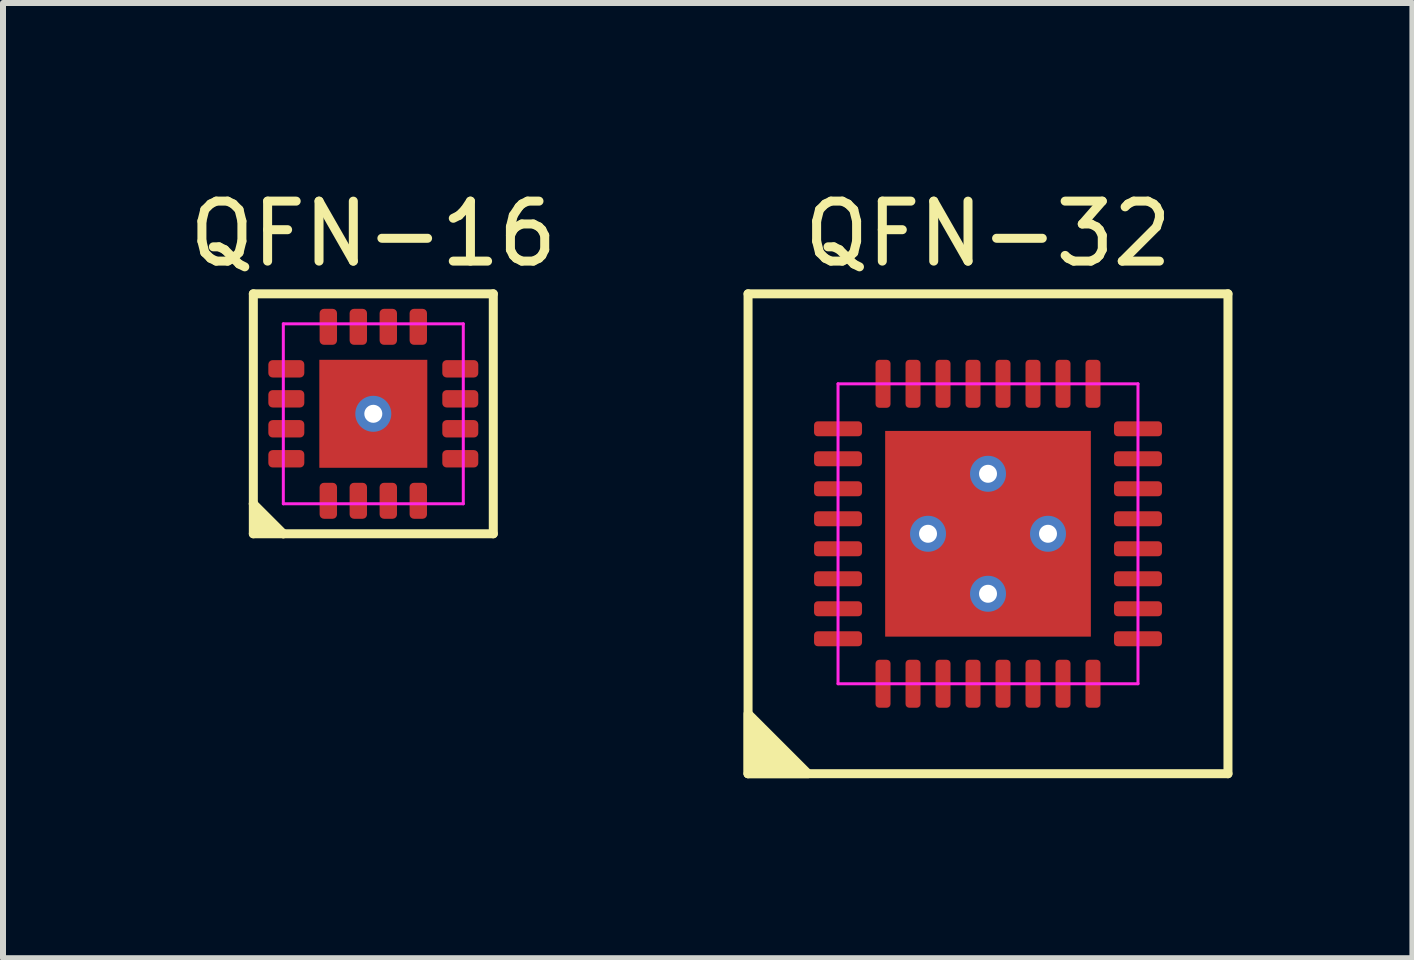
<source format=kicad_pcb>
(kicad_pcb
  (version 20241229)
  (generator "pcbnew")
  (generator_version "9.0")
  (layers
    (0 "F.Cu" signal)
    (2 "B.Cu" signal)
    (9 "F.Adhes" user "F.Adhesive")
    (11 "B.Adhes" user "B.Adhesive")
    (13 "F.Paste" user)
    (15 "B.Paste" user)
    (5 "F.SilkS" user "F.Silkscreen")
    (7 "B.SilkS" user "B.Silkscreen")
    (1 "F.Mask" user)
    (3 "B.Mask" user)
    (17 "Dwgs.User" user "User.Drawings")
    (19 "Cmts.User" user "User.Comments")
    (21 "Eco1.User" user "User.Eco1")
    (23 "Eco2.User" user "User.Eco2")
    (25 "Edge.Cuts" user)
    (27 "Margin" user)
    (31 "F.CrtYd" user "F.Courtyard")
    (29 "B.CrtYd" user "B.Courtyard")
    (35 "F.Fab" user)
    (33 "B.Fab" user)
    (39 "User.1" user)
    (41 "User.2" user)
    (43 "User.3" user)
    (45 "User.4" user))
  (footprint "QFN-32"
    (layer "F.Cu")
    (at 13.42 5.848)
    (property "Reference" "QFN-32" (at 0 -5 0) (layer "F.SilkS") (effects (font (size 1 1) (thickness 0.15))))
    (fp_line (start -4 -4) (end 4 -4) (stroke (width 0.15) (type default)) (layer "F.SilkS"))
    (fp_line (start -4 4) (end -4 -4) (stroke (width 0.15) (type default)) (layer "F.SilkS"))
    (fp_line (start 4 -4) (end 4 4) (stroke (width 0.15) (type default)) (layer "F.SilkS"))
    (fp_line (start 4 4) (end -4 4) (stroke (width 0.15) (type default)) (layer "F.SilkS"))
    (fp_poly (pts (xy -4 4) (xy -3 4) (xy -4 3)) (stroke (width 0.15) (type default)) (fill yes) (layer "F.SilkS"))
    (fp_circle (center -1.016 -1.016) (end -1.397 -1.016) (stroke (width 0.1) (type solid)) (fill no) (layer "F.Paste"))
    (fp_circle (center -1.016 1.016) (end -1.397 1.016) (stroke (width 0.1) (type solid)) (fill no) (layer "F.Paste"))
    (fp_circle (center 0 0) (end -0.381 0) (stroke (width 0.1) (type solid)) (fill no) (layer "F.Paste"))
    (fp_circle (center 1.016 -1.016) (end 0.635 -1.016) (stroke (width 0.1) (type solid)) (fill no) (layer "F.Paste"))
    (fp_circle (center 1.016 1.016) (end 0.635 1.016) (stroke (width 0.1) (type solid)) (fill no) (layer "F.Paste"))
    (fp_poly (pts (xy -0.635 -1.016) (xy -0.635 -0.94) (xy -0.693 -0.8) (xy -0.8 -0.693) (xy -0.94 -0.635) (xy -1.016 -0.635) (xy -1.092 -0.635) (xy -1.232 -0.693) (xy -1.339 -0.8) (xy -1.397 -0.94) (xy -1.397 -1.016) (xy -1.397 -1.092) (xy -1.339 -1.232) (xy -1.232 -1.339) (xy -1.092 -1.397) (xy -1.016 -1.397) (xy -0.94 -1.397) (xy -0.8 -1.339) (xy -0.693 -1.232) (xy -0.635 -1.092)) (stroke (width 0) (type default)) (fill yes) (layer "F.Paste"))
    (fp_poly (pts (xy -0.635 1.016) (xy -0.635 1.092) (xy -0.693 1.232) (xy -0.8 1.339) (xy -0.94 1.397) (xy -1.016 1.397) (xy -1.092 1.397) (xy -1.232 1.339) (xy -1.339 1.232) (xy -1.397 1.092) (xy -1.397 1.016) (xy -1.397 0.94) (xy -1.339 0.8) (xy -1.232 0.693) (xy -1.092 0.635) (xy -1.016 0.635) (xy -0.94 0.635) (xy -0.8 0.693) (xy -0.693 0.8) (xy -0.635 0.94)) (stroke (width 0) (type default)) (fill yes) (layer "F.Paste"))
    (fp_poly (pts (xy 0.381 0) (xy 0.381 0.076) (xy 0.323 0.216) (xy 0.216 0.323) (xy 0.076 0.381) (xy 0 0.381) (xy -0.076 0.381) (xy -0.216 0.323) (xy -0.323 0.216) (xy -0.381 0.076) (xy -0.381 0) (xy -0.381 -0.076) (xy -0.323 -0.216) (xy -0.216 -0.323) (xy -0.076 -0.381) (xy 0 -0.381) (xy 0.076 -0.381) (xy 0.216 -0.323) (xy 0.323 -0.216) (xy 0.381 -0.076)) (stroke (width 0) (type default)) (fill yes) (layer "F.Paste"))
    (fp_poly (pts (xy 1.016 -0.635) (xy 1.092 -0.635) (xy 1.232 -0.693) (xy 1.339 -0.8) (xy 1.397 -0.94) (xy 1.397 -1.016) (xy 1.397 -1.092) (xy 1.339 -1.232) (xy 1.232 -1.339) (xy 1.092 -1.397) (xy 1.016 -1.397) (xy 0.94 -1.397) (xy 0.8 -1.339) (xy 0.693 -1.232) (xy 0.635 -1.092) (xy 0.635 -1.016) (xy 0.635 -0.94) (xy 0.693 -0.8) (xy 0.8 -0.693) (xy 0.94 -0.635)) (stroke (width 0) (type default)) (fill yes) (layer "F.Paste"))
    (fp_poly (pts (xy 1.397 1.016) (xy 1.397 1.092) (xy 1.339 1.232) (xy 1.232 1.339) (xy 1.092 1.397) (xy 1.016 1.397) (xy 0.94 1.397) (xy 0.8 1.339) (xy 0.693 1.232) (xy 0.635 1.092) (xy 0.635 1.016) (xy 0.635 0.94) (xy 0.693 0.8) (xy 0.8 0.693) (xy 0.94 0.635) (xy 1.016 0.635) (xy 1.092 0.635) (xy 1.232 0.693) (xy 1.339 0.8) (xy 1.397 0.94)) (stroke (width 0) (type default)) (fill yes) (layer "F.Paste"))
    (fp_circle (center -1.016 -1.016) (end -1.397 -1.016) (stroke (width 0.1) (type solid)) (fill no) (layer "B.Paste"))
    (fp_circle (center -1.016 1.016) (end -1.397 1.016) (stroke (width 0.1) (type solid)) (fill no) (layer "B.Paste"))
    (fp_circle (center 0 0) (end -0.381 0) (stroke (width 0.1) (type solid)) (fill no) (layer "B.Paste"))
    (fp_circle (center 1.016 -1.016) (end 0.635 -1.016) (stroke (width 0.1) (type solid)) (fill no) (layer "B.Paste"))
    (fp_circle (center 1.016 1.016) (end 0.635 1.016) (stroke (width 0.1) (type solid)) (fill no) (layer "B.Paste"))
    (fp_line (start -2.5 2.5) (end -2.5 -2.5) (stroke (width 0.05) (type solid)) (layer "F.CrtYd"))
    (fp_line (start 2.5 -2.5) (end -2.5 -2.5) (stroke (width 0.05) (type solid)) (layer "F.CrtYd"))
    (fp_line (start 2.5 2.5) (end -2.5 2.5) (stroke (width 0.05) (type solid)) (layer "F.CrtYd"))
    (fp_line (start 2.5 2.5) (end 2.5 -2.5) (stroke (width 0.05) (type solid)) (layer "F.CrtYd"))
    (pad "1" smd roundrect (at -1.75 2.5 90) (size 0.8 0.25) (layers "F.Cu" "F.Mask" "F.Paste") (roundrect_rratio 0.25))
    (pad "2" smd roundrect (at -1.25 2.5 90) (size 0.8 0.25) (layers "F.Cu" "F.Mask" "F.Paste") (roundrect_rratio 0.25))
    (pad "3" smd roundrect (at -0.75 2.5 90) (size 0.8 0.25) (layers "F.Cu" "F.Mask" "F.Paste") (roundrect_rratio 0.25))
    (pad "4" smd roundrect (at -0.25 2.5 90) (size 0.8 0.25) (layers "F.Cu" "F.Mask" "F.Paste") (roundrect_rratio 0.25))
    (pad "5" smd roundrect (at 0.25 2.5 90) (size 0.8 0.25) (layers "F.Cu" "F.Mask" "F.Paste") (roundrect_rratio 0.25))
    (pad "6" smd roundrect (at 0.75 2.5 90) (size 0.8 0.25) (layers "F.Cu" "F.Mask" "F.Paste") (roundrect_rratio 0.25))
    (pad "7" smd roundrect (at 1.25 2.5 90) (size 0.8 0.25) (layers "F.Cu" "F.Mask" "F.Paste") (roundrect_rratio 0.25))
    (pad "8" smd roundrect (at 1.75 2.5 90) (size 0.8 0.25) (layers "F.Cu" "F.Mask" "F.Paste") (roundrect_rratio 0.25))
    (pad "9" smd roundrect (at 2.5 1.75 180) (size 0.8 0.25) (layers "F.Cu" "F.Mask" "F.Paste") (roundrect_rratio 0.25))
    (pad "10" smd roundrect (at 2.5 1.25 180) (size 0.8 0.25) (layers "F.Cu" "F.Mask" "F.Paste") (roundrect_rratio 0.25))
    (pad "11" smd roundrect (at 2.5 0.75 180) (size 0.8 0.25) (layers "F.Cu" "F.Mask" "F.Paste") (roundrect_rratio 0.25))
    (pad "12" smd roundrect (at 2.5 0.25 180) (size 0.8 0.25) (layers "F.Cu" "F.Mask" "F.Paste") (roundrect_rratio 0.25))
    (pad "13" smd roundrect (at 2.5 -0.25 180) (size 0.8 0.25) (layers "F.Cu" "F.Mask" "F.Paste") (roundrect_rratio 0.25))
    (pad "14" smd roundrect (at 2.5 -0.75 180) (size 0.8 0.25) (layers "F.Cu" "F.Mask" "F.Paste") (roundrect_rratio 0.25))
    (pad "15" smd roundrect (at 2.5 -1.25 180) (size 0.8 0.25) (layers "F.Cu" "F.Mask" "F.Paste") (roundrect_rratio 0.25))
    (pad "16" smd roundrect (at 2.5 -1.75 180) (size 0.8 0.25) (layers "F.Cu" "F.Mask" "F.Paste") (roundrect_rratio 0.25))
    (pad "17" smd roundrect (at 1.75 -2.5 270) (size 0.8 0.25) (layers "F.Cu" "F.Mask" "F.Paste") (roundrect_rratio 0.25))
    (pad "18" smd roundrect (at 1.25 -2.5 270) (size 0.8 0.25) (layers "F.Cu" "F.Mask" "F.Paste") (roundrect_rratio 0.25))
    (pad "19" smd roundrect (at 0.75 -2.5 270) (size 0.8 0.25) (layers "F.Cu" "F.Mask" "F.Paste") (roundrect_rratio 0.25))
    (pad "20" smd roundrect (at 0.25 -2.5 270) (size 0.8 0.25) (layers "F.Cu" "F.Mask" "F.Paste") (roundrect_rratio 0.25))
    (pad "21" smd roundrect (at -0.25 -2.5 270) (size 0.8 0.25) (layers "F.Cu" "F.Mask" "F.Paste") (roundrect_rratio 0.25))
    (pad "22" smd roundrect (at -0.75 -2.5 270) (size 0.8 0.25) (layers "F.Cu" "F.Mask" "F.Paste") (roundrect_rratio 0.25))
    (pad "23" smd roundrect (at -1.25 -2.5 270) (size 0.8 0.25) (layers "F.Cu" "F.Mask" "F.Paste") (roundrect_rratio 0.25))
    (pad "24" smd roundrect (at -1.75 -2.5 270) (size 0.8 0.25) (layers "F.Cu" "F.Mask" "F.Paste") (roundrect_rratio 0.25))
    (pad "25" smd roundrect (at -2.5 -1.75) (size 0.8 0.25) (layers "F.Cu" "F.Mask" "F.Paste") (roundrect_rratio 0.25))
    (pad "26" smd roundrect (at -2.5 -1.25) (size 0.8 0.25) (layers "F.Cu" "F.Mask" "F.Paste") (roundrect_rratio 0.25))
    (pad "27" smd roundrect (at -2.5 -0.75) (size 0.8 0.25) (layers "F.Cu" "F.Mask" "F.Paste") (roundrect_rratio 0.25))
    (pad "28" smd roundrect (at -2.5 -0.25) (size 0.8 0.25) (layers "F.Cu" "F.Mask" "F.Paste") (roundrect_rratio 0.25))
    (pad "29" smd roundrect (at -2.5 0.25) (size 0.8 0.25) (layers "F.Cu" "F.Mask" "F.Paste") (roundrect_rratio 0.25))
    (pad "30" smd roundrect (at -2.5 0.75) (size 0.8 0.25) (layers "F.Cu" "F.Mask" "F.Paste") (roundrect_rratio 0.25))
    (pad "31" smd roundrect (at -2.5 1.25) (size 0.8 0.25) (layers "F.Cu" "F.Mask" "F.Paste") (roundrect_rratio 0.25))
    (pad "32" smd roundrect (at -2.5 1.75) (size 0.8 0.25) (layers "F.Cu" "F.Mask" "F.Paste") (roundrect_rratio 0.25))
    (pad "33" thru_hole circle (at -1 0 90) (size 0.6 0.6) (drill 0.3) (layers "*.Cu" "*.Mask"))
    (pad "33" thru_hole circle (at 0 -1 90) (size 0.6 0.6) (drill 0.3) (layers "*.Cu" "*.Mask"))
    (pad "33" smd rect (at 0 0 90) (size 3.429 3.429) (layers "F.Cu" "F.Mask" "F.Paste"))
    (pad "33" thru_hole circle (at 0 1 90) (size 0.6 0.6) (drill 0.3) (layers "*.Cu" "*.Mask"))
    (pad "33" thru_hole circle (at 1 0 90) (size 0.6 0.6) (drill 0.3) (layers "*.Cu" "*.Mask")))
  (footprint "QFN-16"
    (layer "F.Cu")
    (at 3.173 3.848)
    (property "Reference" "QFN-16" (at 0 -3 0) (layer "F.SilkS") (effects (font (size 1 1) (thickness 0.15))))
    (fp_line (start -2 1.5) (end -2 -2) (stroke (width 0.15) (type solid)) (layer "F.SilkS"))
    (fp_line (start -2 2) (end -2 1.5) (stroke (width 0.15) (type solid)) (layer "F.SilkS"))
    (fp_line (start -1.5 2) (end -2 1.5) (stroke (width 0.15) (type solid)) (layer "F.SilkS"))
    (fp_line (start -1.5 2) (end -2 2) (stroke (width 0.15) (type solid)) (layer "F.SilkS"))
    (fp_line (start 2 -2) (end -2 -2) (stroke (width 0.15) (type solid)) (layer "F.SilkS"))
    (fp_line (start 2 2) (end -1.5 2) (stroke (width 0.15) (type solid)) (layer "F.SilkS"))
    (fp_line (start 2 2) (end 2 -2) (stroke (width 0.15) (type solid)) (layer "F.SilkS"))
    (fp_poly (pts (xy -2 2) (xy -1.5 2) (xy -2 1.5)) (stroke (width 0) (type default)) (fill yes) (layer "F.SilkS"))
    (fp_poly (pts (xy -0.3 0) (xy -0.3 0.06) (xy -0.346 0.17) (xy -0.43 0.254) (xy -0.54 0.3) (xy -0.6 0.3) (xy -0.66 0.3) (xy -0.77 0.254) (xy -0.854 0.17) (xy -0.9 0.06) (xy -0.9 0) (xy -0.9 -0.06) (xy -0.854 -0.17) (xy -0.77 -0.254) (xy -0.66 -0.3) (xy -0.6 -0.3) (xy -0.54 -0.3) (xy -0.43 -0.254) (xy -0.346 -0.17) (xy -0.3 -0.06)) (stroke (width 0) (type default)) (fill yes) (layer "F.Paste"))
    (fp_poly (pts (xy 0 -0.3) (xy -0.06 -0.3) (xy -0.17 -0.346) (xy -0.254 -0.43) (xy -0.3 -0.54) (xy -0.3 -0.6) (xy -0.3 -0.66) (xy -0.254 -0.77) (xy -0.17 -0.854) (xy -0.06 -0.9) (xy 0 -0.9) (xy 0.06 -0.9) (xy 0.17 -0.854) (xy 0.254 -0.77) (xy 0.3 -0.66) (xy 0.3 -0.6) (xy 0.3 -0.54) (xy 0.254 -0.43) (xy 0.17 -0.346) (xy 0.06 -0.3)) (stroke (width 0) (type default)) (fill yes) (layer "F.Paste"))
    (fp_poly (pts (xy 0 0.3) (xy 0.06 0.3) (xy 0.17 0.346) (xy 0.254 0.43) (xy 0.3 0.54) (xy 0.3 0.6) (xy 0.3 0.66) (xy 0.254 0.77) (xy 0.17 0.854) (xy 0.06 0.9) (xy 0 0.9) (xy -0.06 0.9) (xy -0.17 0.854) (xy -0.254 0.77) (xy -0.3 0.66) (xy -0.3 0.6) (xy -0.3 0.54) (xy -0.254 0.43) (xy -0.17 0.346) (xy -0.06 0.3)) (stroke (width 0) (type default)) (fill yes) (layer "F.Paste"))
    (fp_poly (pts (xy 0.3 0) (xy 0.3 -0.06) (xy 0.346 -0.17) (xy 0.43 -0.254) (xy 0.54 -0.3) (xy 0.6 -0.3) (xy 0.66 -0.3) (xy 0.77 -0.254) (xy 0.854 -0.17) (xy 0.9 -0.06) (xy 0.9 0) (xy 0.9 0.06) (xy 0.854 0.17) (xy 0.77 0.254) (xy 0.66 0.3) (xy 0.6 0.3) (xy 0.54 0.3) (xy 0.43 0.254) (xy 0.346 0.17) (xy 0.3 0.06)) (stroke (width 0) (type default)) (fill yes) (layer "F.Paste"))
    (fp_line (start -1.5 1.5) (end -1.5 -1.5) (stroke (width 0.05) (type solid)) (layer "F.CrtYd"))
    (fp_line (start 1.5 -1.5) (end -1.5 -1.5) (stroke (width 0.05) (type solid)) (layer "F.CrtYd"))
    (fp_line (start 1.5 1.5) (end -1.5 1.5) (stroke (width 0.05) (type solid)) (layer "F.CrtYd"))
    (fp_line (start 1.5 1.5) (end 1.5 -1.5) (stroke (width 0.05) (type solid)) (layer "F.CrtYd"))
    (fp_circle (center -1 1) (end -1.15 1) (stroke (width 0.01) (type solid)) (fill no) (layer "User.3"))
    (pad "1" smd roundrect (at -0.75 1.45 90) (size 0.6 0.29) (layers "F.Cu" "F.Mask" "F.Paste") (roundrect_rratio 0.25))
    (pad "2" smd roundrect (at -0.25 1.45 90) (size 0.6 0.29) (layers "F.Cu" "F.Mask" "F.Paste") (roundrect_rratio 0.25))
    (pad "3" smd roundrect (at 0.25 1.45 90) (size 0.6 0.29) (layers "F.Cu" "F.Mask" "F.Paste") (roundrect_rratio 0.25))
    (pad "4" smd roundrect (at 0.75 1.45 90) (size 0.6 0.29) (layers "F.Cu" "F.Mask" "F.Paste") (roundrect_rratio 0.25))
    (pad "5" smd roundrect (at 1.45 0.75 180) (size 0.6 0.29) (layers "F.Cu" "F.Mask" "F.Paste") (roundrect_rratio 0.25))
    (pad "6" smd roundrect (at 1.45 0.25 180) (size 0.6 0.29) (layers "F.Cu" "F.Mask" "F.Paste") (roundrect_rratio 0.25))
    (pad "7" smd roundrect (at 1.45 -0.25 180) (size 0.6 0.29) (layers "F.Cu" "F.Mask" "F.Paste") (roundrect_rratio 0.25))
    (pad "8" smd roundrect (at 1.45 -0.75 180) (size 0.6 0.29) (layers "F.Cu" "F.Mask" "F.Paste") (roundrect_rratio 0.25))
    (pad "9" smd roundrect (at 0.75 -1.45 90) (size 0.6 0.29) (layers "F.Cu" "F.Mask" "F.Paste") (roundrect_rratio 0.25))
    (pad "10" smd roundrect (at 0.25 -1.45 90) (size 0.6 0.29) (layers "F.Cu" "F.Mask" "F.Paste") (roundrect_rratio 0.25))
    (pad "11" smd roundrect (at -0.25 -1.45 90) (size 0.6 0.29) (layers "F.Cu" "F.Mask" "F.Paste") (roundrect_rratio 0.25))
    (pad "12" smd roundrect (at -0.75 -1.45 90) (size 0.6 0.29) (layers "F.Cu" "F.Mask" "F.Paste") (roundrect_rratio 0.25))
    (pad "13" smd roundrect (at -1.45 -0.75 180) (size 0.6 0.29) (layers "F.Cu" "F.Mask" "F.Paste") (roundrect_rratio 0.25))
    (pad "14" smd roundrect (at -1.45 -0.25 180) (size 0.6 0.29) (layers "F.Cu" "F.Mask" "F.Paste") (roundrect_rratio 0.25))
    (pad "15" smd roundrect (at -1.45 0.25 180) (size 0.6 0.29) (layers "F.Cu" "F.Mask" "F.Paste") (roundrect_rratio 0.25))
    (pad "16" smd roundrect (at -1.45 0.75 180) (size 0.6 0.29) (layers "F.Cu" "F.Mask" "F.Paste") (roundrect_rratio 0.25))
    (pad "17" thru_hole circle (at 0 0 90) (size 0.6 0.6) (drill 0.3) (layers "*.Cu" "*.Mask"))
    (pad "17" smd rect (at 0 0 90) (size 1.8 1.8) (layers "F.Cu" "F.Mask" "F.Paste")))
  (gr_rect
    (start -3 -3)
    (end 20.495 12.923)
    (stroke (width 0.1) (type default))
    (fill no)
    (layer "Edge.Cuts")))
</source>
